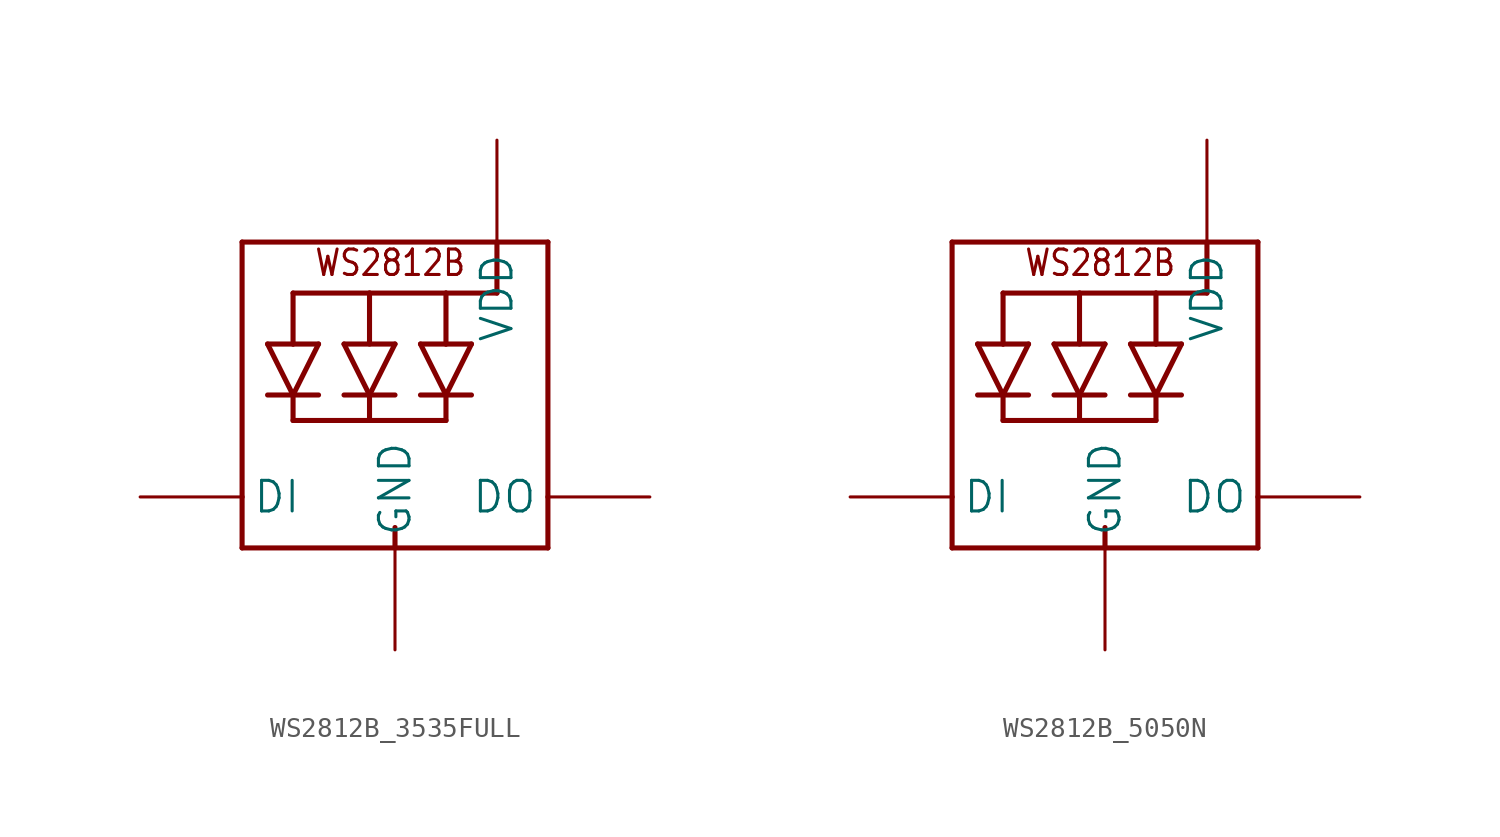
<source format=kicad_sym>
(kicad_symbol_lib
  (version 20241209)
  (generator "kicad_symbol_editor")
  (generator_version "9.0")
  (symbol "WS2812B_3535FULL"
    (property "Reference" "LED"
      (at 0 0 0)
      (effects (font (size 1.27 1.27)) (hide yes)))
    (property "ki_locked" ""
      (at 0 0 0)
      (effects (font (size 1.27 1.27))))
    (symbol "WS2812B_3535FULL_1_0"
      (polyline (pts (xy -7.62 10.16) (xy -7.62 -2.54)) (stroke (width 0.254) (type solid)) (fill (type none)))
      (polyline (pts (xy -7.62 -2.54) (xy -7.62 -5.08)) (stroke (width 0.254) (type solid)) (fill (type none)))
      (polyline (pts (xy -7.62 -5.08) (xy 0 -5.08)) (stroke (width 0.254) (type solid)) (fill (type none)))
      (polyline (pts (xy -6.35 5.08) (xy -5.08 5.08)) (stroke (width 0.254) (type solid)) (fill (type none)))
      (polyline (pts (xy -6.35 2.54) (xy -5.08 2.54)) (stroke (width 0.254) (type solid)) (fill (type none)))
      (polyline (pts (xy -5.08 7.62) (xy -5.08 5.08)) (stroke (width 0.254) (type solid)) (fill (type none)))
      (polyline (pts (xy -5.08 5.08) (xy -3.81 5.08)) (stroke (width 0.254) (type solid)) (fill (type none)))
      (polyline (pts (xy -5.08 2.54) (xy -6.35 5.08)) (stroke (width 0.254) (type solid)) (fill (type none)))
      (polyline (pts (xy -5.08 2.54) (xy -5.08 1.27)) (stroke (width 0.254) (type solid)) (fill (type none)))
      (polyline (pts (xy -5.08 2.54) (xy -3.81 5.08)) (stroke (width 0.254) (type solid)) (fill (type none)))
      (polyline (pts (xy -3.81 2.54) (xy -5.08 2.54)) (stroke (width 0.254) (type solid)) (fill (type none)))
      (polyline (pts (xy -2.54 5.08) (xy 0 5.08)) (stroke (width 0.254) (type solid)) (fill (type none)))
      (polyline (pts (xy -2.54 2.54) (xy -1.27 2.54)) (stroke (width 0.254) (type solid)) (fill (type none)))
      (polyline (pts (xy -1.27 7.62) (xy -5.08 7.62)) (stroke (width 0.254) (type solid)) (fill (type none)))
      (polyline (pts (xy -1.27 5.08) (xy -1.27 7.62)) (stroke (width 0.254) (type solid)) (fill (type none)))
      (polyline (pts (xy -1.27 2.54) (xy -2.54 5.08)) (stroke (width 0.254) (type solid)) (fill (type none)))
      (polyline (pts (xy -1.27 2.54) (xy -1.27 1.27)) (stroke (width 0.254) (type solid)) (fill (type none)))
      (polyline (pts (xy -1.27 2.54) (xy 0 2.54)) (stroke (width 0.254) (type solid)) (fill (type none)))
      (polyline (pts (xy -1.27 1.27) (xy -5.08 1.27)) (stroke (width 0.254) (type solid)) (fill (type none)))
      (polyline (pts (xy 0 5.08) (xy -1.27 2.54)) (stroke (width 0.254) (type solid)) (fill (type none)))
      (polyline (pts (xy 0 -4.064) (xy 0 -5.08)) (stroke (width 0.254) (type solid)) (fill (type none)))
      (polyline (pts (xy 0 -5.08) (xy 7.62 -5.08)) (stroke (width 0.254) (type solid)) (fill (type none)))
      (polyline (pts (xy 1.27 5.08) (xy 2.54 5.08)) (stroke (width 0.254) (type solid)) (fill (type none)))
      (polyline (pts (xy 1.27 5.08) (xy 2.54 2.54)) (stroke (width 0.254) (type solid)) (fill (type none)))
      (polyline (pts (xy 2.54 7.62) (xy -1.27 7.62)) (stroke (width 0.254) (type solid)) (fill (type none)))
      (polyline (pts (xy 2.54 7.62) (xy 5.08 7.62)) (stroke (width 0.254) (type solid)) (fill (type none)))
      (polyline (pts (xy 2.54 5.08) (xy 2.54 7.62)) (stroke (width 0.254) (type solid)) (fill (type none)))
      (polyline (pts (xy 2.54 2.54) (xy 1.27 2.54)) (stroke (width 0.254) (type solid)) (fill (type none)))
      (polyline (pts (xy 2.54 2.54) (xy 2.54 1.27)) (stroke (width 0.254) (type solid)) (fill (type none)))
      (polyline (pts (xy 2.54 2.54) (xy 3.81 5.08)) (stroke (width 0.254) (type solid)) (fill (type none)))
      (polyline (pts (xy 2.54 2.54) (xy 3.81 2.54)) (stroke (width 0.254) (type solid)) (fill (type none)))
      (polyline (pts (xy 2.54 1.27) (xy -1.27 1.27)) (stroke (width 0.254) (type solid)) (fill (type none)))
      (polyline (pts (xy 3.81 5.08) (xy 2.54 5.08)) (stroke (width 0.254) (type solid)) (fill (type none)))
      (polyline (pts (xy 5.08 10.16) (xy -7.62 10.16)) (stroke (width 0.254) (type solid)) (fill (type none)))
      (polyline (pts (xy 5.08 10.16) (xy 5.08 7.62)) (stroke (width 0.254) (type solid)) (fill (type none)))
      (polyline (pts (xy 7.62 10.16) (xy 5.08 10.16)) (stroke (width 0.254) (type solid)) (fill (type none)))
      (polyline (pts (xy 7.62 -2.54) (xy 7.62 10.16)) (stroke (width 0.254) (type solid)) (fill (type none)))
      (polyline (pts (xy 7.62 -5.08) (xy 7.62 -2.54)) (stroke (width 0.254) (type solid)) (fill (type none)))
      (text "WS2812B" (at -4.064 8.382 0) (effects (font (size 1.27 1.079)) (justify left bottom)))
      (pin input line (at -12.7 -2.54 0) (length 5.08) (name "DI" (effects (font (size 1.524 1.524)))) (number "1" (effects (font (size 0 0)))))
      (pin power_in line (at 0 -10.16 90) (length 5.08) (name "GND" (effects (font (size 1.524 1.524)))) (number "4" (effects (font (size 0 0)))))
      (pin power_in line (at 5.08 15.24 270) (length 5.08) (name "VDD" (effects (font (size 1.524 1.524)))) (number "2" (effects (font (size 0 0)))))
      (pin output line (at 12.7 -2.54 180) (length 5.08) (name "DO" (effects (font (size 1.524 1.524)))) (number "3" (effects (font (size 0 0)))))))
  (symbol "WS2812B_5050N"
    (property "Reference" "LED"
      (at 0 0 0)
      (effects (font (size 1.27 1.27)) (hide yes)))
    (property "ki_locked" ""
      (at 0 0 0)
      (effects (font (size 1.27 1.27))))
    (symbol "WS2812B_5050N_1_0"
      (polyline (pts (xy -7.62 10.16) (xy -7.62 -2.54)) (stroke (width 0.254) (type solid)) (fill (type none)))
      (polyline (pts (xy -7.62 -2.54) (xy -7.62 -5.08)) (stroke (width 0.254) (type solid)) (fill (type none)))
      (polyline (pts (xy -7.62 -5.08) (xy 0 -5.08)) (stroke (width 0.254) (type solid)) (fill (type none)))
      (polyline (pts (xy -6.35 5.08) (xy -5.08 5.08)) (stroke (width 0.254) (type solid)) (fill (type none)))
      (polyline (pts (xy -6.35 2.54) (xy -5.08 2.54)) (stroke (width 0.254) (type solid)) (fill (type none)))
      (polyline (pts (xy -5.08 7.62) (xy -5.08 5.08)) (stroke (width 0.254) (type solid)) (fill (type none)))
      (polyline (pts (xy -5.08 5.08) (xy -3.81 5.08)) (stroke (width 0.254) (type solid)) (fill (type none)))
      (polyline (pts (xy -5.08 2.54) (xy -6.35 5.08)) (stroke (width 0.254) (type solid)) (fill (type none)))
      (polyline (pts (xy -5.08 2.54) (xy -5.08 1.27)) (stroke (width 0.254) (type solid)) (fill (type none)))
      (polyline (pts (xy -5.08 2.54) (xy -3.81 5.08)) (stroke (width 0.254) (type solid)) (fill (type none)))
      (polyline (pts (xy -3.81 2.54) (xy -5.08 2.54)) (stroke (width 0.254) (type solid)) (fill (type none)))
      (polyline (pts (xy -2.54 5.08) (xy 0 5.08)) (stroke (width 0.254) (type solid)) (fill (type none)))
      (polyline (pts (xy -2.54 2.54) (xy -1.27 2.54)) (stroke (width 0.254) (type solid)) (fill (type none)))
      (polyline (pts (xy -1.27 7.62) (xy -5.08 7.62)) (stroke (width 0.254) (type solid)) (fill (type none)))
      (polyline (pts (xy -1.27 5.08) (xy -1.27 7.62)) (stroke (width 0.254) (type solid)) (fill (type none)))
      (polyline (pts (xy -1.27 2.54) (xy -2.54 5.08)) (stroke (width 0.254) (type solid)) (fill (type none)))
      (polyline (pts (xy -1.27 2.54) (xy -1.27 1.27)) (stroke (width 0.254) (type solid)) (fill (type none)))
      (polyline (pts (xy -1.27 2.54) (xy 0 2.54)) (stroke (width 0.254) (type solid)) (fill (type none)))
      (polyline (pts (xy -1.27 1.27) (xy -5.08 1.27)) (stroke (width 0.254) (type solid)) (fill (type none)))
      (polyline (pts (xy 0 5.08) (xy -1.27 2.54)) (stroke (width 0.254) (type solid)) (fill (type none)))
      (polyline (pts (xy 0 -4.064) (xy 0 -5.08)) (stroke (width 0.254) (type solid)) (fill (type none)))
      (polyline (pts (xy 0 -5.08) (xy 7.62 -5.08)) (stroke (width 0.254) (type solid)) (fill (type none)))
      (polyline (pts (xy 1.27 5.08) (xy 2.54 5.08)) (stroke (width 0.254) (type solid)) (fill (type none)))
      (polyline (pts (xy 1.27 5.08) (xy 2.54 2.54)) (stroke (width 0.254) (type solid)) (fill (type none)))
      (polyline (pts (xy 2.54 7.62) (xy -1.27 7.62)) (stroke (width 0.254) (type solid)) (fill (type none)))
      (polyline (pts (xy 2.54 7.62) (xy 5.08 7.62)) (stroke (width 0.254) (type solid)) (fill (type none)))
      (polyline (pts (xy 2.54 5.08) (xy 2.54 7.62)) (stroke (width 0.254) (type solid)) (fill (type none)))
      (polyline (pts (xy 2.54 2.54) (xy 1.27 2.54)) (stroke (width 0.254) (type solid)) (fill (type none)))
      (polyline (pts (xy 2.54 2.54) (xy 2.54 1.27)) (stroke (width 0.254) (type solid)) (fill (type none)))
      (polyline (pts (xy 2.54 2.54) (xy 3.81 5.08)) (stroke (width 0.254) (type solid)) (fill (type none)))
      (polyline (pts (xy 2.54 2.54) (xy 3.81 2.54)) (stroke (width 0.254) (type solid)) (fill (type none)))
      (polyline (pts (xy 2.54 1.27) (xy -1.27 1.27)) (stroke (width 0.254) (type solid)) (fill (type none)))
      (polyline (pts (xy 3.81 5.08) (xy 2.54 5.08)) (stroke (width 0.254) (type solid)) (fill (type none)))
      (polyline (pts (xy 5.08 10.16) (xy -7.62 10.16)) (stroke (width 0.254) (type solid)) (fill (type none)))
      (polyline (pts (xy 5.08 10.16) (xy 5.08 7.62)) (stroke (width 0.254) (type solid)) (fill (type none)))
      (polyline (pts (xy 7.62 10.16) (xy 5.08 10.16)) (stroke (width 0.254) (type solid)) (fill (type none)))
      (polyline (pts (xy 7.62 -2.54) (xy 7.62 10.16)) (stroke (width 0.254) (type solid)) (fill (type none)))
      (polyline (pts (xy 7.62 -5.08) (xy 7.62 -2.54)) (stroke (width 0.254) (type solid)) (fill (type none)))
      (text "WS2812B" (at -4.064 8.382 0) (effects (font (size 1.27 1.079)) (justify left bottom)))
      (pin input line (at -12.7 -2.54 0) (length 5.08) (name "DI" (effects (font (size 1.524 1.524)))) (number "4-DIN" (effects (font (size 0 0)))))
      (pin power_in line (at 0 -10.16 90) (length 5.08) (name "GND" (effects (font (size 1.524 1.524)))) (number "3-GND" (effects (font (size 0 0)))))
      (pin power_in line (at 5.08 15.24 270) (length 5.08) (name "VDD" (effects (font (size 1.524 1.524)))) (number "1-VDD" (effects (font (size 0 0)))))
      (pin output line (at 12.7 -2.54 180) (length 5.08) (name "DO" (effects (font (size 1.524 1.524)))) (number "2-DOUT" (effects (font (size 0 0))))))))
</source>
